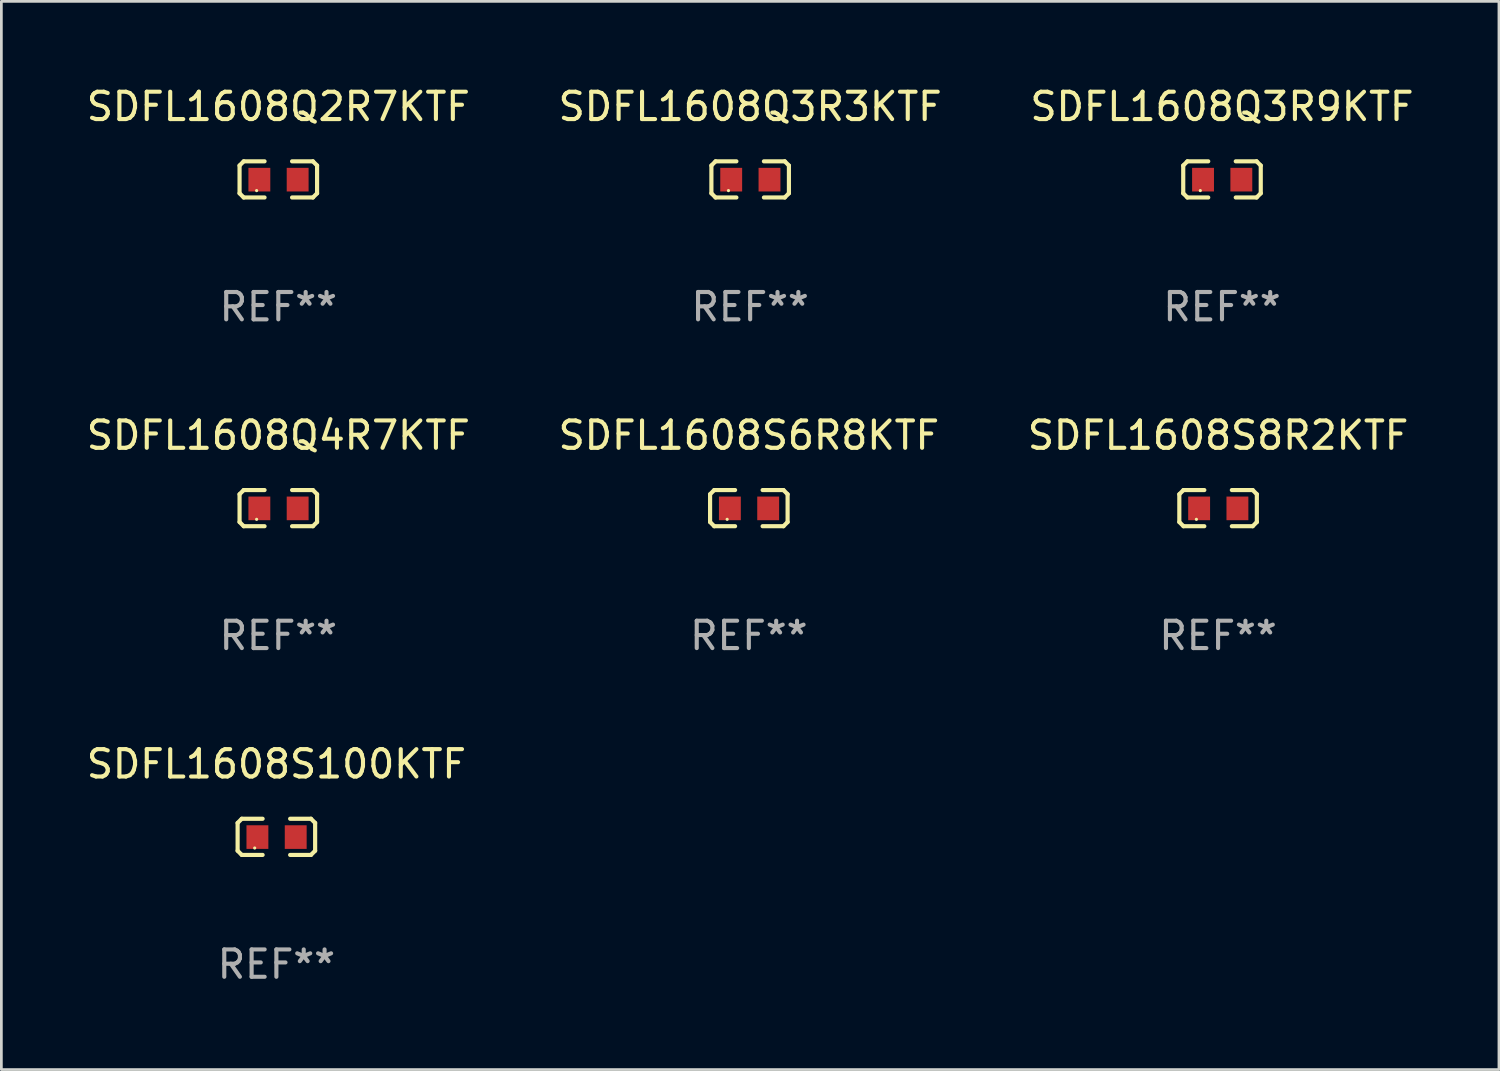
<source format=kicad_pcb>
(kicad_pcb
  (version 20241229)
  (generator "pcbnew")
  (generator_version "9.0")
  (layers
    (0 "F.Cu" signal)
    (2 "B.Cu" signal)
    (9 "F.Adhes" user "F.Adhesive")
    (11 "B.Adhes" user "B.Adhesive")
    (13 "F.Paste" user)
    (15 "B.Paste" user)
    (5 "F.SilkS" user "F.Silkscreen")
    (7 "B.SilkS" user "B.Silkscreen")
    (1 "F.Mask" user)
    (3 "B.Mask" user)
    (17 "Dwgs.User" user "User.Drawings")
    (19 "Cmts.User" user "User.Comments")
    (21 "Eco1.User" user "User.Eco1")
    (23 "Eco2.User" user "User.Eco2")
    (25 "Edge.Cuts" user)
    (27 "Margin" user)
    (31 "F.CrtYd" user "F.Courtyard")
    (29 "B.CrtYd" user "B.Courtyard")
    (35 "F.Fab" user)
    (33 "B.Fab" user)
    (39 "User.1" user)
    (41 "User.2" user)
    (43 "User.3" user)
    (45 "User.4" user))
  (footprint "SDFL1608Q3R3KTF"
    (layer "F.Cu")
    (at 24.375 3.509)
    (property "Reference" "SDFL1608Q3R3KTF" (at 0 -2.661 0) (layer "F.SilkS") (effects (font (size 1 1) (thickness 0.15))))
    (attr through_hole)
    (fp_line (start -1.417 -0.508) (end -1.265 -0.661) (stroke (width 0.152) (type solid)) (layer "F.SilkS"))
    (fp_line (start -1.417 0.508) (end -1.417 -0.508) (stroke (width 0.152) (type solid)) (layer "F.SilkS"))
    (fp_line (start -1.265 -0.661) (end -0.503 -0.661) (stroke (width 0.152) (type solid)) (layer "F.SilkS"))
    (fp_line (start -1.265 0.661) (end -1.417 0.508) (stroke (width 0.152) (type solid)) (layer "F.SilkS"))
    (fp_line (start -1.265 0.661) (end -0.503 0.661) (stroke (width 0.152) (type solid)) (layer "F.SilkS"))
    (fp_line (start 1.265 -0.661) (end 0.503 -0.661) (stroke (width 0.152) (type solid)) (layer "F.SilkS"))
    (fp_line (start 1.265 -0.661) (end 1.417 -0.508) (stroke (width 0.152) (type solid)) (layer "F.SilkS"))
    (fp_line (start 1.265 0.661) (end 0.503 0.661) (stroke (width 0.152) (type solid)) (layer "F.SilkS"))
    (fp_line (start 1.417 -0.508) (end 1.417 0.508) (stroke (width 0.152) (type solid)) (layer "F.SilkS"))
    (fp_line (start 1.417 0.508) (end 1.265 0.661) (stroke (width 0.152) (type solid)) (layer "F.SilkS"))
    (fp_circle (center -0.793 0.409) (end -0.763 0.409) (stroke (width 0.06) (type solid)) (fill no) (layer "F.SilkS"))
    (fp_text user "REF**" (at 0 4.661 0) (layer "F.Fab") (effects (font (size 1 1) (thickness 0.15))))
    (pad "1" smd rect (at -0.693 0.009 180) (size 0.8 0.864) (layers "F.Cu" "F.Mask" "F.Paste"))
    (pad "2" smd rect (at 0.707 0.009 180) (size 0.8 0.864) (layers "F.Cu" "F.Mask" "F.Paste")))
  (footprint "SDFL1608S6R8KTF"
    (layer "F.Cu")
    (at 24.327 15.527)
    (property "Reference" "SDFL1608S6R8KTF" (at 0 -2.661 0) (layer "F.SilkS") (effects (font (size 1 1) (thickness 0.15))))
    (attr through_hole)
    (fp_line (start -1.417 -0.508) (end -1.265 -0.661) (stroke (width 0.152) (type solid)) (layer "F.SilkS"))
    (fp_line (start -1.417 0.508) (end -1.417 -0.508) (stroke (width 0.152) (type solid)) (layer "F.SilkS"))
    (fp_line (start -1.265 -0.661) (end -0.503 -0.661) (stroke (width 0.152) (type solid)) (layer "F.SilkS"))
    (fp_line (start -1.265 0.661) (end -1.417 0.508) (stroke (width 0.152) (type solid)) (layer "F.SilkS"))
    (fp_line (start -1.265 0.661) (end -0.503 0.661) (stroke (width 0.152) (type solid)) (layer "F.SilkS"))
    (fp_line (start 1.265 -0.661) (end 0.503 -0.661) (stroke (width 0.152) (type solid)) (layer "F.SilkS"))
    (fp_line (start 1.265 -0.661) (end 1.417 -0.508) (stroke (width 0.152) (type solid)) (layer "F.SilkS"))
    (fp_line (start 1.265 0.661) (end 0.503 0.661) (stroke (width 0.152) (type solid)) (layer "F.SilkS"))
    (fp_line (start 1.417 -0.508) (end 1.417 0.508) (stroke (width 0.152) (type solid)) (layer "F.SilkS"))
    (fp_line (start 1.417 0.508) (end 1.265 0.661) (stroke (width 0.152) (type solid)) (layer "F.SilkS"))
    (fp_circle (center -0.793 0.409) (end -0.763 0.409) (stroke (width 0.06) (type solid)) (fill no) (layer "F.SilkS"))
    (fp_text user "REF**" (at 0 4.661 0) (layer "F.Fab") (effects (font (size 1 1) (thickness 0.15))))
    (pad "1" smd rect (at -0.693 0.009 180) (size 0.8 0.864) (layers "F.Cu" "F.Mask" "F.Paste"))
    (pad "2" smd rect (at 0.707 0.009 180) (size 0.8 0.864) (layers "F.Cu" "F.Mask" "F.Paste")))
  (footprint "SDFL1608S100KTF"
    (layer "F.Cu")
    (at 7.054 27.544)
    (property "Reference" "SDFL1608S100KTF" (at 0 -2.661 0) (layer "F.SilkS") (effects (font (size 1 1) (thickness 0.15))))
    (attr through_hole)
    (fp_line (start -1.417 -0.508) (end -1.265 -0.661) (stroke (width 0.152) (type solid)) (layer "F.SilkS"))
    (fp_line (start -1.417 0.508) (end -1.417 -0.508) (stroke (width 0.152) (type solid)) (layer "F.SilkS"))
    (fp_line (start -1.265 -0.661) (end -0.503 -0.661) (stroke (width 0.152) (type solid)) (layer "F.SilkS"))
    (fp_line (start -1.265 0.661) (end -1.417 0.508) (stroke (width 0.152) (type solid)) (layer "F.SilkS"))
    (fp_line (start -1.265 0.661) (end -0.503 0.661) (stroke (width 0.152) (type solid)) (layer "F.SilkS"))
    (fp_line (start 1.265 -0.661) (end 0.503 -0.661) (stroke (width 0.152) (type solid)) (layer "F.SilkS"))
    (fp_line (start 1.265 -0.661) (end 1.417 -0.508) (stroke (width 0.152) (type solid)) (layer "F.SilkS"))
    (fp_line (start 1.265 0.661) (end 0.503 0.661) (stroke (width 0.152) (type solid)) (layer "F.SilkS"))
    (fp_line (start 1.417 -0.508) (end 1.417 0.508) (stroke (width 0.152) (type solid)) (layer "F.SilkS"))
    (fp_line (start 1.417 0.508) (end 1.265 0.661) (stroke (width 0.152) (type solid)) (layer "F.SilkS"))
    (fp_circle (center -0.793 0.409) (end -0.763 0.409) (stroke (width 0.06) (type solid)) (fill no) (layer "F.SilkS"))
    (fp_text user "REF**" (at 0 4.661 0) (layer "F.Fab") (effects (font (size 1 1) (thickness 0.15))))
    (pad "1" smd rect (at -0.693 0.009 180) (size 0.8 0.864) (layers "F.Cu" "F.Mask" "F.Paste"))
    (pad "2" smd rect (at 0.707 0.009 180) (size 0.8 0.864) (layers "F.Cu" "F.Mask" "F.Paste")))
  (footprint "SDFL1608S8R2KTF"
    (layer "F.Cu")
    (at 41.482 15.527)
    (property "Reference" "SDFL1608S8R2KTF" (at 0 -2.661 0) (layer "F.SilkS") (effects (font (size 1 1) (thickness 0.15))))
    (attr through_hole)
    (fp_line (start -1.417 -0.508) (end -1.265 -0.661) (stroke (width 0.152) (type solid)) (layer "F.SilkS"))
    (fp_line (start -1.417 0.508) (end -1.417 -0.508) (stroke (width 0.152) (type solid)) (layer "F.SilkS"))
    (fp_line (start -1.265 -0.661) (end -0.503 -0.661) (stroke (width 0.152) (type solid)) (layer "F.SilkS"))
    (fp_line (start -1.265 0.661) (end -1.417 0.508) (stroke (width 0.152) (type solid)) (layer "F.SilkS"))
    (fp_line (start -1.265 0.661) (end -0.503 0.661) (stroke (width 0.152) (type solid)) (layer "F.SilkS"))
    (fp_line (start 1.265 -0.661) (end 0.503 -0.661) (stroke (width 0.152) (type solid)) (layer "F.SilkS"))
    (fp_line (start 1.265 -0.661) (end 1.417 -0.508) (stroke (width 0.152) (type solid)) (layer "F.SilkS"))
    (fp_line (start 1.265 0.661) (end 0.503 0.661) (stroke (width 0.152) (type solid)) (layer "F.SilkS"))
    (fp_line (start 1.417 -0.508) (end 1.417 0.508) (stroke (width 0.152) (type solid)) (layer "F.SilkS"))
    (fp_line (start 1.417 0.508) (end 1.265 0.661) (stroke (width 0.152) (type solid)) (layer "F.SilkS"))
    (fp_circle (center -0.793 0.409) (end -0.763 0.409) (stroke (width 0.06) (type solid)) (fill no) (layer "F.SilkS"))
    (fp_text user "REF**" (at 0 4.661 0) (layer "F.Fab") (effects (font (size 1 1) (thickness 0.15))))
    (pad "1" smd rect (at -0.693 0.009 180) (size 0.8 0.864) (layers "F.Cu" "F.Mask" "F.Paste"))
    (pad "2" smd rect (at 0.707 0.009 180) (size 0.8 0.864) (layers "F.Cu" "F.Mask" "F.Paste")))
  (footprint "SDFL1608Q4R7KTF"
    (layer "F.Cu")
    (at 7.125 15.527)
    (property "Reference" "SDFL1608Q4R7KTF" (at 0 -2.661 0) (layer "F.SilkS") (effects (font (size 1 1) (thickness 0.15))))
    (attr through_hole)
    (fp_line (start -1.417 -0.508) (end -1.265 -0.661) (stroke (width 0.152) (type solid)) (layer "F.SilkS"))
    (fp_line (start -1.417 0.508) (end -1.417 -0.508) (stroke (width 0.152) (type solid)) (layer "F.SilkS"))
    (fp_line (start -1.265 -0.661) (end -0.503 -0.661) (stroke (width 0.152) (type solid)) (layer "F.SilkS"))
    (fp_line (start -1.265 0.661) (end -1.417 0.508) (stroke (width 0.152) (type solid)) (layer "F.SilkS"))
    (fp_line (start -1.265 0.661) (end -0.503 0.661) (stroke (width 0.152) (type solid)) (layer "F.SilkS"))
    (fp_line (start 1.265 -0.661) (end 0.503 -0.661) (stroke (width 0.152) (type solid)) (layer "F.SilkS"))
    (fp_line (start 1.265 -0.661) (end 1.417 -0.508) (stroke (width 0.152) (type solid)) (layer "F.SilkS"))
    (fp_line (start 1.265 0.661) (end 0.503 0.661) (stroke (width 0.152) (type solid)) (layer "F.SilkS"))
    (fp_line (start 1.417 -0.508) (end 1.417 0.508) (stroke (width 0.152) (type solid)) (layer "F.SilkS"))
    (fp_line (start 1.417 0.508) (end 1.265 0.661) (stroke (width 0.152) (type solid)) (layer "F.SilkS"))
    (fp_circle (center -0.793 0.409) (end -0.763 0.409) (stroke (width 0.06) (type solid)) (fill no) (layer "F.SilkS"))
    (fp_text user "REF**" (at 0 4.661 0) (layer "F.Fab") (effects (font (size 1 1) (thickness 0.15))))
    (pad "1" smd rect (at -0.693 0.009 180) (size 0.8 0.864) (layers "F.Cu" "F.Mask" "F.Paste"))
    (pad "2" smd rect (at 0.707 0.009 180) (size 0.8 0.864) (layers "F.Cu" "F.Mask" "F.Paste")))
  (footprint "SDFL1608Q3R9KTF"
    (layer "F.Cu")
    (at 41.625 3.509)
    (property "Reference" "SDFL1608Q3R9KTF" (at 0 -2.661 0) (layer "F.SilkS") (effects (font (size 1 1) (thickness 0.15))))
    (attr through_hole)
    (fp_line (start -1.417 -0.508) (end -1.265 -0.661) (stroke (width 0.152) (type solid)) (layer "F.SilkS"))
    (fp_line (start -1.417 0.508) (end -1.417 -0.508) (stroke (width 0.152) (type solid)) (layer "F.SilkS"))
    (fp_line (start -1.265 -0.661) (end -0.503 -0.661) (stroke (width 0.152) (type solid)) (layer "F.SilkS"))
    (fp_line (start -1.265 0.661) (end -1.417 0.508) (stroke (width 0.152) (type solid)) (layer "F.SilkS"))
    (fp_line (start -1.265 0.661) (end -0.503 0.661) (stroke (width 0.152) (type solid)) (layer "F.SilkS"))
    (fp_line (start 1.265 -0.661) (end 0.503 -0.661) (stroke (width 0.152) (type solid)) (layer "F.SilkS"))
    (fp_line (start 1.265 -0.661) (end 1.417 -0.508) (stroke (width 0.152) (type solid)) (layer "F.SilkS"))
    (fp_line (start 1.265 0.661) (end 0.503 0.661) (stroke (width 0.152) (type solid)) (layer "F.SilkS"))
    (fp_line (start 1.417 -0.508) (end 1.417 0.508) (stroke (width 0.152) (type solid)) (layer "F.SilkS"))
    (fp_line (start 1.417 0.508) (end 1.265 0.661) (stroke (width 0.152) (type solid)) (layer "F.SilkS"))
    (fp_circle (center -0.793 0.409) (end -0.763 0.409) (stroke (width 0.06) (type solid)) (fill no) (layer "F.SilkS"))
    (fp_text user "REF**" (at 0 4.661 0) (layer "F.Fab") (effects (font (size 1 1) (thickness 0.15))))
    (pad "1" smd rect (at -0.693 0.009 180) (size 0.8 0.864) (layers "F.Cu" "F.Mask" "F.Paste"))
    (pad "2" smd rect (at 0.707 0.009 180) (size 0.8 0.864) (layers "F.Cu" "F.Mask" "F.Paste")))
  (footprint "SDFL1608Q2R7KTF"
    (layer "F.Cu")
    (at 7.125 3.509)
    (property "Reference" "SDFL1608Q2R7KTF" (at 0 -2.661 0) (layer "F.SilkS") (effects (font (size 1 1) (thickness 0.15))))
    (attr through_hole)
    (fp_line (start -1.417 -0.508) (end -1.265 -0.661) (stroke (width 0.152) (type solid)) (layer "F.SilkS"))
    (fp_line (start -1.417 0.508) (end -1.417 -0.508) (stroke (width 0.152) (type solid)) (layer "F.SilkS"))
    (fp_line (start -1.265 -0.661) (end -0.503 -0.661) (stroke (width 0.152) (type solid)) (layer "F.SilkS"))
    (fp_line (start -1.265 0.661) (end -1.417 0.508) (stroke (width 0.152) (type solid)) (layer "F.SilkS"))
    (fp_line (start -1.265 0.661) (end -0.503 0.661) (stroke (width 0.152) (type solid)) (layer "F.SilkS"))
    (fp_line (start 1.265 -0.661) (end 0.503 -0.661) (stroke (width 0.152) (type solid)) (layer "F.SilkS"))
    (fp_line (start 1.265 -0.661) (end 1.417 -0.508) (stroke (width 0.152) (type solid)) (layer "F.SilkS"))
    (fp_line (start 1.265 0.661) (end 0.503 0.661) (stroke (width 0.152) (type solid)) (layer "F.SilkS"))
    (fp_line (start 1.417 -0.508) (end 1.417 0.508) (stroke (width 0.152) (type solid)) (layer "F.SilkS"))
    (fp_line (start 1.417 0.508) (end 1.265 0.661) (stroke (width 0.152) (type solid)) (layer "F.SilkS"))
    (fp_circle (center -0.793 0.409) (end -0.763 0.409) (stroke (width 0.06) (type solid)) (fill no) (layer "F.SilkS"))
    (fp_text user "REF**" (at 0 4.661 0) (layer "F.Fab") (effects (font (size 1 1) (thickness 0.15))))
    (pad "1" smd rect (at -0.693 0.009 180) (size 0.8 0.864) (layers "F.Cu" "F.Mask" "F.Paste"))
    (pad "2" smd rect (at 0.707 0.009 180) (size 0.8 0.864) (layers "F.Cu" "F.Mask" "F.Paste")))
  (gr_rect
    (start -3 -3)
    (end 51.75 36.053)
    (stroke (width 0.1) (type default))
    (fill no)
    (layer "Edge.Cuts")))
</source>
